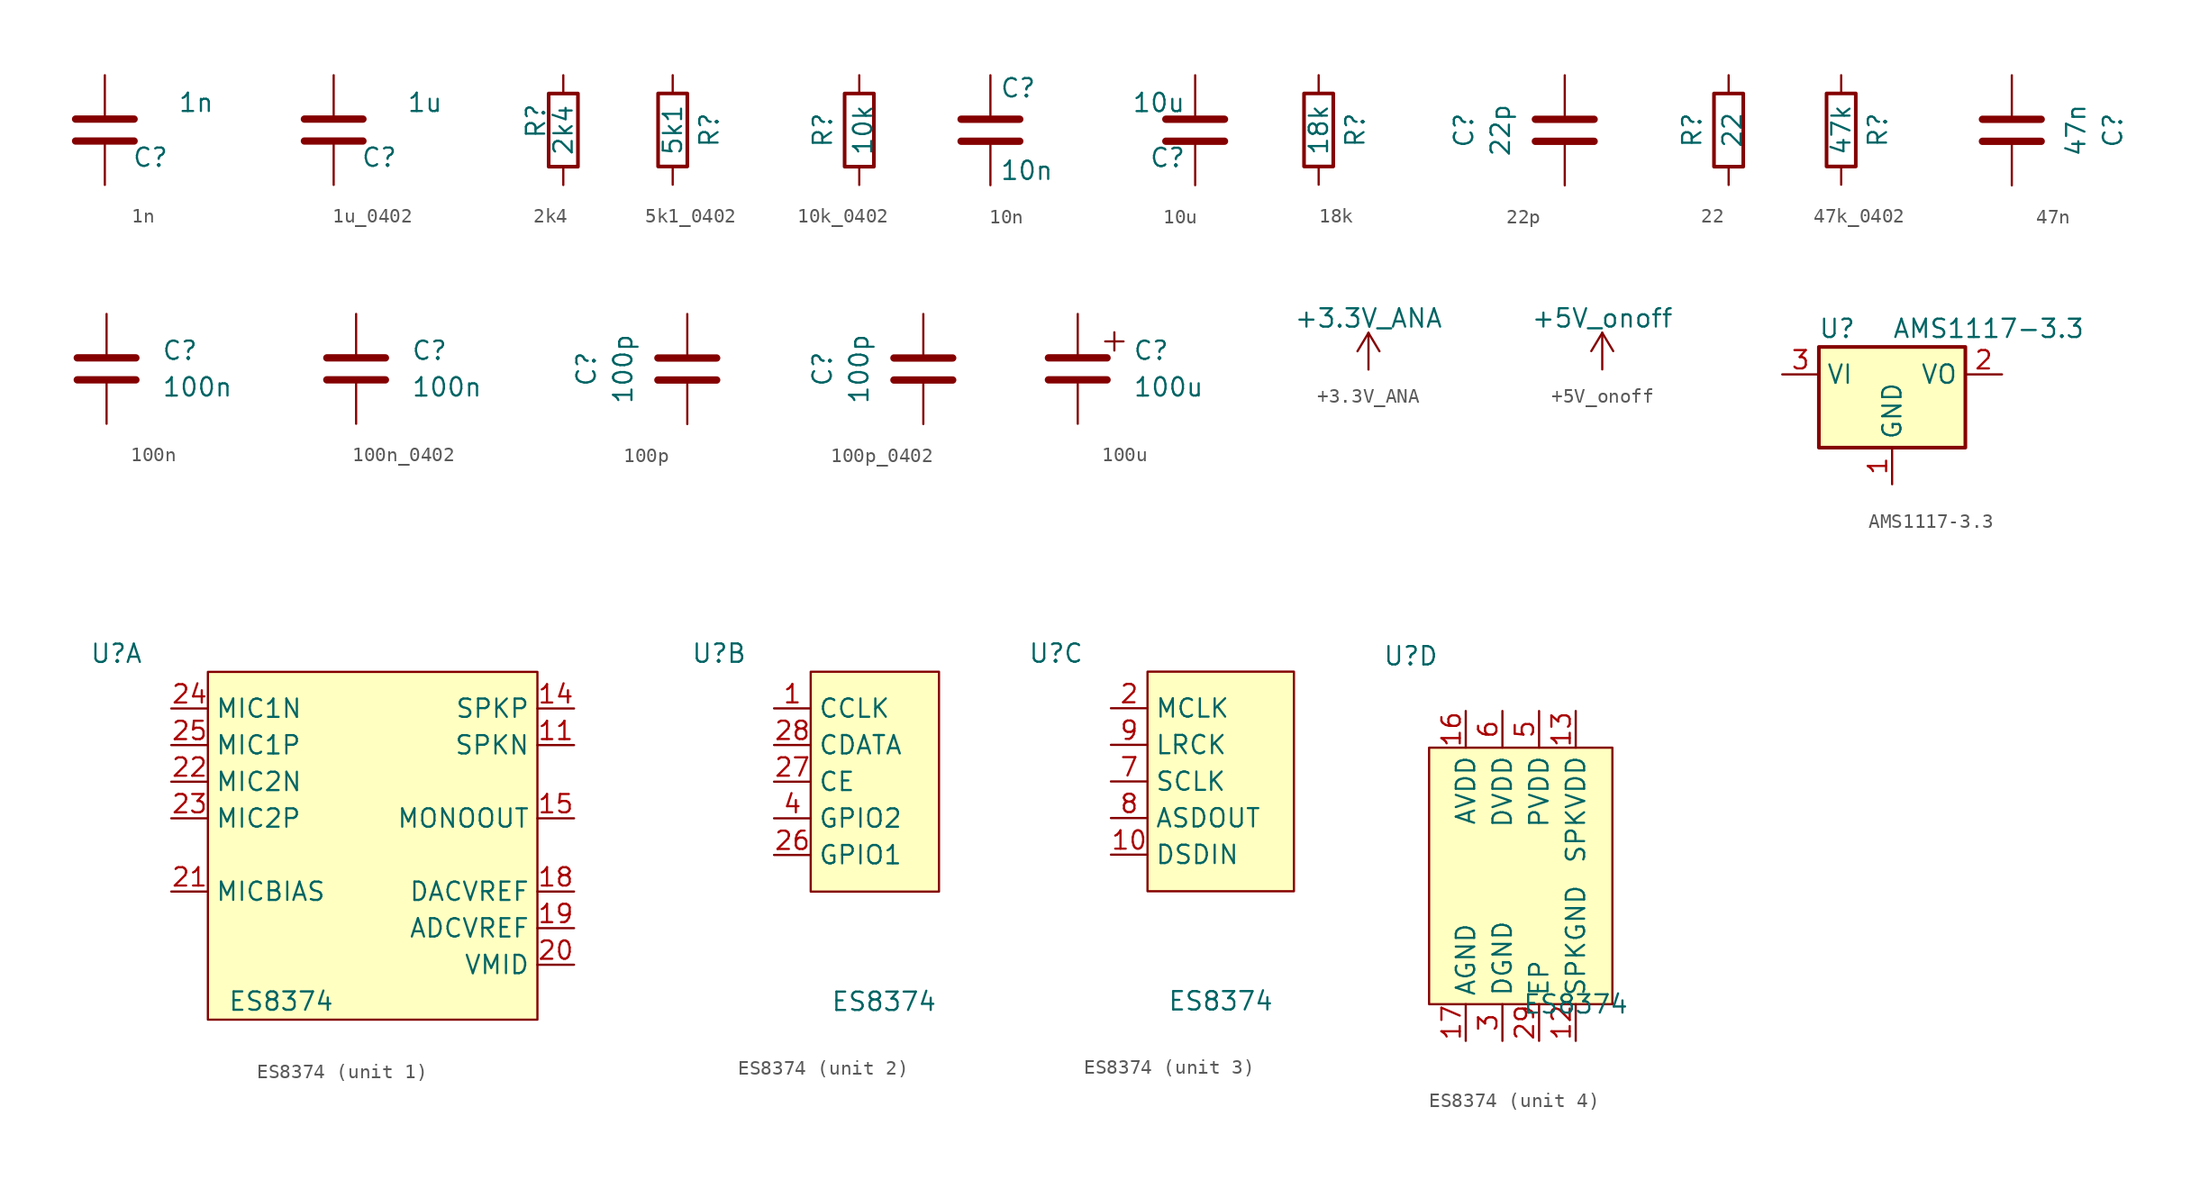
<source format=kicad_sym>
(kicad_symbol_lib
  (version 20220914)
  (generator kicad_symbol_editor)
  (symbol "1n"
    (pin_numbers hide)
    (pin_names
      (offset 0.254))
    (property "Reference" "C"
      (at 4.445 -1.905 0)
      (effects (font (size 1.27 1.27)) (justify right)))
    (property "Value" "1n"
      (at 7.62 1.905 0)
      (effects (font (size 1.27 1.27)) (justify right)))
    (symbol "1n_0_1"
      (polyline (pts (xy -2.032 -0.762) (xy 2.032 -0.762)) (stroke (width 0.508) (type default)) (fill (type none)))
      (polyline (pts (xy -2.032 0.762) (xy 2.032 0.762)) (stroke (width 0.508) (type default)) (fill (type none))))
    (symbol "1n_1_1"
      (pin passive line (at 0 3.81 270) (length 2.794) (name "~" (effects (font (size 1.27 1.27)))) (number "1" (effects (font (size 1.27 1.27)))))
      (pin passive line (at 0 -3.81 90) (length 2.794) (name "~" (effects (font (size 1.27 1.27)))) (number "2" (effects (font (size 1.27 1.27)))))))
  (symbol "1u_0402"
    (pin_numbers hide)
    (pin_names
      (offset 0.254))
    (property "Reference" "C"
      (at 4.445 -1.905 0)
      (effects (font (size 1.27 1.27)) (justify right)))
    (property "Value" "1u"
      (at 7.62 1.905 0)
      (effects (font (size 1.27 1.27)) (justify right)))
    (symbol "1u_0402_0_1"
      (polyline (pts (xy -2.032 -0.762) (xy 2.032 -0.762)) (stroke (width 0.508) (type default)) (fill (type none)))
      (polyline (pts (xy -2.032 0.762) (xy 2.032 0.762)) (stroke (width 0.508) (type default)) (fill (type none))))
    (symbol "1u_0402_1_1"
      (pin passive line (at 0 3.81 270) (length 2.794) (name "~" (effects (font (size 1.27 1.27)))) (number "1" (effects (font (size 1.27 1.27)))))
      (pin passive line (at 0 -3.81 90) (length 2.794) (name "~" (effects (font (size 1.27 1.27)))) (number "2" (effects (font (size 1.27 1.27)))))))
  (symbol "2k4"
    (pin_numbers hide)
    (pin_names
      (offset 0))
    (property "Reference" "R"
      (at -1.905 0.635 90)
      (effects (font (size 1.27 1.27))))
    (property "Value" "2k4"
      (at 0 0 90)
      (effects (font (size 1.27 1.27))))
    (symbol "2k4_0_1"
      (rectangle (start -1.016 -2.54) (end 1.016 2.54) (stroke (width 0.254) (type default)) (fill (type none))))
    (symbol "2k4_1_1"
      (pin passive line (at 0 3.81 270) (length 1.27) (name "~" (effects (font (size 1.27 1.27)))) (number "1" (effects (font (size 1.27 1.27)))))
      (pin passive line (at 0 -3.81 90) (length 1.27) (name "~" (effects (font (size 1.27 1.27)))) (number "2" (effects (font (size 1.27 1.27)))))))
  (symbol "5k1_0402"
    (pin_numbers hide)
    (pin_names
      (offset 0))
    (property "Reference" "R"
      (at 2.54 0 90)
      (effects (font (size 1.27 1.27))))
    (property "Value" "5k1"
      (at 0 0 90)
      (effects (font (size 1.27 1.27))))
    (symbol "5k1_0402_0_1"
      (rectangle (start -1.016 -2.54) (end 1.016 2.54) (stroke (width 0.254) (type default)) (fill (type none))))
    (symbol "5k1_0402_1_1"
      (pin passive line (at 0 3.81 270) (length 1.27) (name "~" (effects (font (size 1.27 1.27)))) (number "1" (effects (font (size 1.27 1.27)))))
      (pin passive line (at 0 -3.81 90) (length 1.27) (name "~" (effects (font (size 1.27 1.27)))) (number "2" (effects (font (size 1.27 1.27)))))))
  (symbol "10k_0402"
    (pin_numbers hide)
    (pin_names
      (offset 0))
    (property "Reference" "R"
      (at -2.54 0 90)
      (effects (font (size 1.27 1.27))))
    (property "Value" "10k"
      (at 0.254 0 90)
      (effects (font (size 1.27 1.27))))
    (symbol "10k_0402_0_1"
      (rectangle (start -1.016 -2.54) (end 1.016 2.54) (stroke (width 0.254) (type default)) (fill (type none))))
    (symbol "10k_0402_1_1"
      (pin passive line (at 0 3.81 270) (length 1.27) (name "~" (effects (font (size 1.27 1.27)))) (number "1" (effects (font (size 1.27 1.27)))))
      (pin passive line (at 0 -3.81 90) (length 1.27) (name "~" (effects (font (size 1.27 1.27)))) (number "2" (effects (font (size 1.27 1.27)))))))
  (symbol "10n"
    (pin_numbers hide)
    (pin_names
      (offset 0.254))
    (property "Reference" "C"
      (at 0.635 2.921 0)
      (effects (font (size 1.27 1.27)) (justify left)))
    (property "Value" "10n"
      (at 0.635 -2.794 0)
      (effects (font (size 1.27 1.27)) (justify left)))
    (symbol "10n_0_1"
      (polyline (pts (xy -2.032 -0.762) (xy 2.032 -0.762)) (stroke (width 0.508) (type default)) (fill (type none)))
      (polyline (pts (xy -2.032 0.762) (xy 2.032 0.762)) (stroke (width 0.508) (type default)) (fill (type none))))
    (symbol "10n_1_1"
      (pin passive line (at 0 3.81 270) (length 2.794) (name "~" (effects (font (size 1.27 1.27)))) (number "1" (effects (font (size 1.27 1.27)))))
      (pin passive line (at 0 -3.81 90) (length 2.794) (name "~" (effects (font (size 1.27 1.27)))) (number "2" (effects (font (size 1.27 1.27)))))))
  (symbol "10u"
    (pin_numbers hide)
    (pin_names
      (offset 0.254))
    (property "Reference" "C"
      (at -0.635 -1.905 0)
      (effects (font (size 1.27 1.27)) (justify right)))
    (property "Value" "10u"
      (at -0.635 1.905 0)
      (effects (font (size 1.27 1.27)) (justify right)))
    (symbol "10u_0_1"
      (polyline (pts (xy -2.032 -0.762) (xy 2.032 -0.762)) (stroke (width 0.508) (type default)) (fill (type none)))
      (polyline (pts (xy -2.032 0.762) (xy 2.032 0.762)) (stroke (width 0.508) (type default)) (fill (type none))))
    (symbol "10u_1_1"
      (pin passive line (at 0 3.81 270) (length 2.794) (name "~" (effects (font (size 1.27 1.27)))) (number "1" (effects (font (size 1.27 1.27)))))
      (pin passive line (at 0 -3.81 90) (length 2.794) (name "~" (effects (font (size 1.27 1.27)))) (number "2" (effects (font (size 1.27 1.27)))))))
  (symbol "18k"
    (pin_numbers hide)
    (pin_names
      (offset 0))
    (property "Reference" "R"
      (at 2.54 0 90)
      (effects (font (size 1.27 1.27))))
    (property "Value" "18k"
      (at 0 0 90)
      (effects (font (size 1.27 1.27))))
    (symbol "18k_0_1"
      (rectangle (start -1.016 -2.54) (end 1.016 2.54) (stroke (width 0.254) (type default)) (fill (type none))))
    (symbol "18k_1_1"
      (pin passive line (at 0 3.81 270) (length 1.27) (name "~" (effects (font (size 1.27 1.27)))) (number "1" (effects (font (size 1.27 1.27)))))
      (pin passive line (at 0 -3.81 90) (length 1.27) (name "~" (effects (font (size 1.27 1.27)))) (number "2" (effects (font (size 1.27 1.27)))))))
  (symbol "22p"
    (pin_numbers hide)
    (pin_names
      (offset 0.254))
    (property "Reference" "C"
      (at -6.985 0 90)
      (effects (font (size 1.27 1.27))))
    (property "Value" "22p"
      (at -4.445 0 90)
      (effects (font (size 1.27 1.27))))
    (symbol "22p_0_1"
      (polyline (pts (xy -2.032 -0.762) (xy 2.032 -0.762)) (stroke (width 0.508) (type default)) (fill (type none)))
      (polyline (pts (xy -2.032 0.762) (xy 2.032 0.762)) (stroke (width 0.508) (type default)) (fill (type none))))
    (symbol "22p_1_1"
      (pin passive line (at 0 3.81 270) (length 2.794) (name "~" (effects (font (size 1.27 1.27)))) (number "1" (effects (font (size 1.27 1.27)))))
      (pin passive line (at 0 -3.81 90) (length 2.794) (name "~" (effects (font (size 1.27 1.27)))) (number "2" (effects (font (size 1.27 1.27)))))))
  (symbol "22"
    (pin_numbers hide)
    (pin_names
      (offset 0))
    (property "Reference" "R"
      (at -2.54 0 90)
      (effects (font (size 1.27 1.27))))
    (property "Value" "22"
      (at 0.254 0 90)
      (effects (font (size 1.27 1.27))))
    (symbol "22_0_1"
      (rectangle (start -1.016 -2.54) (end 1.016 2.54) (stroke (width 0.254) (type default)) (fill (type none))))
    (symbol "22_1_1"
      (pin passive line (at 0 3.81 270) (length 1.27) (name "~" (effects (font (size 1.27 1.27)))) (number "1" (effects (font (size 1.27 1.27)))))
      (pin passive line (at 0 -3.81 90) (length 1.27) (name "~" (effects (font (size 1.27 1.27)))) (number "2" (effects (font (size 1.27 1.27)))))))
  (symbol "47k_0402"
    (pin_numbers hide)
    (pin_names
      (offset 0))
    (property "Reference" "R"
      (at 2.54 0 90)
      (effects (font (size 1.27 1.27))))
    (property "Value" "47k"
      (at 0 0 90)
      (effects (font (size 1.27 1.27))))
    (symbol "47k_0402_0_1"
      (rectangle (start -1.016 -2.54) (end 1.016 2.54) (stroke (width 0.254) (type default)) (fill (type none))))
    (symbol "47k_0402_1_1"
      (pin passive line (at 0 3.81 270) (length 1.27) (name "~" (effects (font (size 1.27 1.27)))) (number "1" (effects (font (size 1.27 1.27)))))
      (pin passive line (at 0 -3.81 90) (length 1.27) (name "~" (effects (font (size 1.27 1.27)))) (number "2" (effects (font (size 1.27 1.27)))))))
  (symbol "47n"
    (pin_numbers hide)
    (pin_names
      (offset 0.254))
    (property "Reference" "C"
      (at 6.985 0 90)
      (effects (font (size 1.27 1.27))))
    (property "Value" "47n"
      (at 4.445 0 90)
      (effects (font (size 1.27 1.27))))
    (symbol "47n_0_1"
      (polyline (pts (xy -2.032 -0.762) (xy 2.032 -0.762)) (stroke (width 0.508) (type default)) (fill (type none)))
      (polyline (pts (xy -2.032 0.762) (xy 2.032 0.762)) (stroke (width 0.508) (type default)) (fill (type none))))
    (symbol "47n_1_1"
      (pin passive line (at 0 3.81 270) (length 2.794) (name "~" (effects (font (size 1.27 1.27)))) (number "1" (effects (font (size 1.27 1.27)))))
      (pin passive line (at 0 -3.81 90) (length 2.794) (name "~" (effects (font (size 1.27 1.27)))) (number "2" (effects (font (size 1.27 1.27)))))))
  (symbol "100n"
    (pin_numbers hide)
    (pin_names
      (offset 0.254))
    (property "Reference" "C"
      (at 3.81 1.27 0)
      (effects (font (size 1.27 1.27)) (justify left)))
    (property "Value" "100n"
      (at 3.81 -1.27 0)
      (effects (font (size 1.27 1.27)) (justify left)))
    (symbol "100n_0_1"
      (polyline (pts (xy -2.032 -0.762) (xy 2.032 -0.762)) (stroke (width 0.508) (type default)) (fill (type none)))
      (polyline (pts (xy -2.032 0.762) (xy 2.032 0.762)) (stroke (width 0.508) (type default)) (fill (type none))))
    (symbol "100n_1_1"
      (pin passive line (at 0 3.81 270) (length 2.794) (name "~" (effects (font (size 1.27 1.27)))) (number "1" (effects (font (size 1.27 1.27)))))
      (pin passive line (at 0 -3.81 90) (length 2.794) (name "~" (effects (font (size 1.27 1.27)))) (number "2" (effects (font (size 1.27 1.27)))))))
  (symbol "100n_0402"
    (pin_numbers hide)
    (pin_names
      (offset 0.254))
    (property "Reference" "C"
      (at 3.81 1.27 0)
      (effects (font (size 1.27 1.27)) (justify left)))
    (property "Value" "100n"
      (at 3.81 -1.27 0)
      (effects (font (size 1.27 1.27)) (justify left)))
    (symbol "100n_0402_0_1"
      (polyline (pts (xy -2.032 -0.762) (xy 2.032 -0.762)) (stroke (width 0.508) (type default)) (fill (type none)))
      (polyline (pts (xy -2.032 0.762) (xy 2.032 0.762)) (stroke (width 0.508) (type default)) (fill (type none))))
    (symbol "100n_0402_1_1"
      (pin passive line (at 0 3.81 270) (length 2.794) (name "~" (effects (font (size 1.27 1.27)))) (number "1" (effects (font (size 1.27 1.27)))))
      (pin passive line (at 0 -3.81 90) (length 2.794) (name "~" (effects (font (size 1.27 1.27)))) (number "2" (effects (font (size 1.27 1.27)))))))
  (symbol "100p"
    (pin_numbers hide)
    (pin_names
      (offset 0.254))
    (property "Reference" "C"
      (at -6.985 0 90)
      (effects (font (size 1.27 1.27))))
    (property "Value" "100p"
      (at -4.445 0 90)
      (effects (font (size 1.27 1.27))))
    (symbol "100p_0_1"
      (polyline (pts (xy -2.032 -0.762) (xy 2.032 -0.762)) (stroke (width 0.508) (type default)) (fill (type none)))
      (polyline (pts (xy -2.032 0.762) (xy 2.032 0.762)) (stroke (width 0.508) (type default)) (fill (type none))))
    (symbol "100p_1_1"
      (pin passive line (at 0 3.81 270) (length 2.794) (name "~" (effects (font (size 1.27 1.27)))) (number "1" (effects (font (size 1.27 1.27)))))
      (pin passive line (at 0 -3.81 90) (length 2.794) (name "~" (effects (font (size 1.27 1.27)))) (number "2" (effects (font (size 1.27 1.27)))))))
  (symbol "100p_0402"
    (pin_numbers hide)
    (pin_names
      (offset 0.254))
    (property "Reference" "C"
      (at -6.985 0 90)
      (effects (font (size 1.27 1.27))))
    (property "Value" "100p"
      (at -4.445 0 90)
      (effects (font (size 1.27 1.27))))
    (symbol "100p_0402_0_1"
      (polyline (pts (xy -2.032 -0.762) (xy 2.032 -0.762)) (stroke (width 0.508) (type default)) (fill (type none)))
      (polyline (pts (xy -2.032 0.762) (xy 2.032 0.762)) (stroke (width 0.508) (type default)) (fill (type none))))
    (symbol "100p_0402_1_1"
      (pin passive line (at 0 3.81 270) (length 2.794) (name "~" (effects (font (size 1.27 1.27)))) (number "1" (effects (font (size 1.27 1.27)))))
      (pin passive line (at 0 -3.81 90) (length 2.794) (name "~" (effects (font (size 1.27 1.27)))) (number "2" (effects (font (size 1.27 1.27)))))))
  (symbol "100u"
    (pin_numbers hide)
    (pin_names
      (offset 0.254))
    (property "Reference" "C"
      (at 3.81 1.27 0)
      (effects (font (size 1.27 1.27)) (justify left)))
    (property "Value" "100u"
      (at 3.81 -1.27 0)
      (effects (font (size 1.27 1.27)) (justify left)))
    (symbol "100u_0_1"
      (polyline (pts (xy -2.032 -0.762) (xy 2.032 -0.762)) (stroke (width 0.508) (type default)) (fill (type none)))
      (polyline (pts (xy -2.032 0.762) (xy 2.032 0.762)) (stroke (width 0.508) (type default)) (fill (type none)))
      (polyline (pts (xy 1.905 1.905) (xy 3.175 1.905)) (stroke (width 0) (type default)) (fill (type none)))
      (polyline (pts (xy 2.54 2.54) (xy 2.54 1.27)) (stroke (width 0) (type default)) (fill (type none))))
    (symbol "100u_1_1"
      (pin passive line (at 0 3.81 270) (length 2.794) (name "~" (effects (font (size 1.27 1.27)))) (number "1" (effects (font (size 1.27 1.27)))))
      (pin passive line (at 0 -3.81 90) (length 2.794) (name "~" (effects (font (size 1.27 1.27)))) (number "2" (effects (font (size 1.27 1.27)))))))
  (symbol "+3.3V_ANA"
    (power)
    (pin_names
      (offset 0))
    (property "Reference" "#PWR"
      (at 0 -3.81 0)
      (effects (font (size 1.27 1.27)) hide))
    (property "Value" "+3.3V_ANA"
      (at 0 3.556 0)
      (effects (font (size 1.27 1.27))))
    (symbol "+3.3V_ANA_0_1"
      (polyline (pts (xy -0.762 1.27) (xy 0 2.54)) (stroke (width 0) (type default)) (fill (type none)))
      (polyline (pts (xy 0 2.54) (xy 0.762 1.27)) (stroke (width 0) (type default)) (fill (type none))))
    (symbol "+3.3V_ANA_1_1"
      (polyline (pts (xy 0 0) (xy 0 2.54)) (stroke (width 0) (type default)) (fill (type none)))
      (pin power_in line (at 0 0 90) (length 0) hide (name "+3.3V_ANA" (effects (font (size 1.27 1.27)))) (number "1" (effects (font (size 1.27 1.27)))))))
  (symbol "+5V_onoff"
    (power)
    (pin_names
      (offset 0))
    (property "Reference" "#PWR"
      (at 0 -3.81 0)
      (effects (font (size 1.27 1.27)) hide))
    (property "Value" "+5V_onoff"
      (at 0 3.556 0)
      (effects (font (size 1.27 1.27))))
    (symbol "+5V_onoff_0_1"
      (polyline (pts (xy -0.762 1.27) (xy 0 2.54)) (stroke (width 0) (type default)) (fill (type none)))
      (polyline (pts (xy 0 0) (xy 0 2.54)) (stroke (width 0) (type default)) (fill (type none)))
      (polyline (pts (xy 0 2.54) (xy 0.762 1.27)) (stroke (width 0) (type default)) (fill (type none))))
    (symbol "+5V_onoff_1_1"
      (pin power_in line (at 0 0 90) (length 0) hide (name "+5Vonoff" (effects (font (size 1.27 1.27)))) (number "1" (effects (font (size 1.27 1.27)))))))
  (symbol "AMS1117-3.3"
    (property "Reference" "U"
      (at -3.81 3.175 0)
      (effects (font (size 1.27 1.27))))
    (property "Value" "AMS1117-3.3"
      (at 0 3.175 0)
      (effects (font (size 1.27 1.27)) (justify left)))
    (symbol "AMS1117-3.3_0_1"
      (rectangle (start -5.08 -5.08) (end 5.08 1.905) (stroke (width 0.254) (type default)) (fill (type background))))
    (symbol "AMS1117-3.3_1_1"
      (pin power_in line (at 0 -7.62 90) (length 2.54) (name "GND" (effects (font (size 1.27 1.27)))) (number "1" (effects (font (size 1.27 1.27)))))
      (pin power_out line (at 7.62 0 180) (length 2.54) (name "VO" (effects (font (size 1.27 1.27)))) (number "2" (effects (font (size 1.27 1.27)))))
      (pin power_in line (at -7.62 0 0) (length 2.54) (name "VI" (effects (font (size 1.27 1.27)))) (number "3" (effects (font (size 1.27 1.27)))))))
  (symbol "ES8374"
    (property "Reference" "U"
      (at -3.81 3.81 0)
      (effects (font (size 1.27 1.27))))
    (property "Value" "ES8374"
      (at 7.62 -20.32 0)
      (effects (font (size 1.27 1.27))))
    (property "ki_locked" ""
      (at 0 0 0)
      (effects (font (size 1.27 1.27))))
    (symbol "ES8374_1_0"
      (pin output line (at 27.94 -2.54 180) (length 2.54) (name "SPKN" (effects (font (size 1.27 1.27)))) (number "11" (effects (font (size 1.27 1.27)))))
      (pin output line (at 27.94 0 180) (length 2.54) (name "SPKP" (effects (font (size 1.27 1.27)))) (number "14" (effects (font (size 1.27 1.27)))))
      (pin output line (at 27.94 -7.62 180) (length 2.54) (name "MONOOUT" (effects (font (size 1.27 1.27)))) (number "15" (effects (font (size 1.27 1.27)))))
      (pin passive line (at 27.94 -12.7 180) (length 2.54) (name "DACVREF" (effects (font (size 1.27 1.27)))) (number "18" (effects (font (size 1.27 1.27)))))
      (pin passive line (at 27.94 -15.24 180) (length 2.54) (name "ADCVREF" (effects (font (size 1.27 1.27)))) (number "19" (effects (font (size 1.27 1.27)))))
      (pin passive line (at 27.94 -17.78 180) (length 2.54) (name "VMID" (effects (font (size 1.27 1.27)))) (number "20" (effects (font (size 1.27 1.27)))))
      (pin passive line (at 0 -12.7 0) (length 2.54) (name "MICBIAS" (effects (font (size 1.27 1.27)))) (number "21" (effects (font (size 1.27 1.27)))))
      (pin input line (at 0 -5.08 0) (length 2.54) (name "MIC2N" (effects (font (size 1.27 1.27)))) (number "22" (effects (font (size 1.27 1.27)))))
      (pin input line (at 0 -7.62 0) (length 2.54) (name "MIC2P" (effects (font (size 1.27 1.27)))) (number "23" (effects (font (size 1.27 1.27)))))
      (pin input line (at 0 0 0) (length 2.54) (name "MIC1N" (effects (font (size 1.27 1.27)))) (number "24" (effects (font (size 1.27 1.27)))))
      (pin input line (at 0 -2.54 0) (length 2.54) (name "MIC1P" (effects (font (size 1.27 1.27)))) (number "25" (effects (font (size 1.27 1.27))))))
    (symbol "ES8374_1_1"
      (rectangle (start 2.54 2.54) (end 25.4 -21.59) (stroke (width 0) (type default)) (fill (type background))))
    (symbol "ES8374_2_0"
      (pin input line (at 0 0 0) (length 2.54) (name "CCLK" (effects (font (size 1.27 1.27)))) (number "1" (effects (font (size 1.27 1.27)))))
      (pin bidirectional line (at 0 -10.16 0) (length 2.54) (name "GPIO1" (effects (font (size 1.27 1.27)))) (number "26" (effects (font (size 1.27 1.27)))))
      (pin input line (at 0 -5.08 0) (length 2.54) (name "CE" (effects (font (size 1.27 1.27)))) (number "27" (effects (font (size 1.27 1.27)))))
      (pin bidirectional line (at 0 -2.54 0) (length 2.54) (name "CDATA" (effects (font (size 1.27 1.27)))) (number "28" (effects (font (size 1.27 1.27)))))
      (pin bidirectional line (at 0 -7.62 0) (length 2.54) (name "GPIO2" (effects (font (size 1.27 1.27)))) (number "4" (effects (font (size 1.27 1.27))))))
    (symbol "ES8374_2_1"
      (rectangle (start 2.54 2.54) (end 11.43 -12.7) (stroke (width 0) (type default)) (fill (type background))))
    (symbol "ES8374_3_0"
      (pin input line (at 0 -10.16 0) (length 2.54) (name "DSDIN" (effects (font (size 1.27 1.27)))) (number "10" (effects (font (size 1.27 1.27)))))
      (pin input line (at 0 0 0) (length 2.54) (name "MCLK" (effects (font (size 1.27 1.27)))) (number "2" (effects (font (size 1.27 1.27)))))
      (pin bidirectional line (at 0 -5.08 0) (length 2.54) (name "SCLK" (effects (font (size 1.27 1.27)))) (number "7" (effects (font (size 1.27 1.27)))))
      (pin output line (at 0 -7.62 0) (length 2.54) (name "ASDOUT" (effects (font (size 1.27 1.27)))) (number "8" (effects (font (size 1.27 1.27)))))
      (pin bidirectional line (at 0 -2.54 0) (length 2.54) (name "LRCK" (effects (font (size 1.27 1.27)))) (number "9" (effects (font (size 1.27 1.27))))))
    (symbol "ES8374_3_1"
      (rectangle (start 2.54 2.54) (end 12.7 -12.7) (stroke (width 0) (type default)) (fill (type background))))
    (symbol "ES8374_4_0"
      (pin power_in line (at 7.62 -22.86 90) (length 2.54) (name "SPKGND" (effects (font (size 1.27 1.27)))) (number "12" (effects (font (size 1.27 1.27)))))
      (pin power_in line (at 7.62 0 270) (length 2.54) (name "SPKVDD" (effects (font (size 1.27 1.27)))) (number "13" (effects (font (size 1.27 1.27)))))
      (pin power_in line (at 0 0 270) (length 2.54) (name "AVDD" (effects (font (size 1.27 1.27)))) (number "16" (effects (font (size 1.27 1.27)))))
      (pin power_in line (at 0 -22.86 90) (length 2.54) (name "AGND" (effects (font (size 1.27 1.27)))) (number "17" (effects (font (size 1.27 1.27)))))
      (pin power_in line (at 5.08 -22.86 90) (length 2.54) (name "EP" (effects (font (size 1.27 1.27)))) (number "29" (effects (font (size 1.27 1.27)))))
      (pin power_in line (at 2.54 -22.86 90) (length 2.54) (name "DGND" (effects (font (size 1.27 1.27)))) (number "3" (effects (font (size 1.27 1.27)))))
      (pin power_in line (at 5.08 0 270) (length 2.54) (name "PVDD" (effects (font (size 1.27 1.27)))) (number "5" (effects (font (size 1.27 1.27)))))
      (pin power_in line (at 2.54 0 270) (length 2.54) (name "DVDD" (effects (font (size 1.27 1.27)))) (number "6" (effects (font (size 1.27 1.27))))))
    (symbol "ES8374_4_1"
      (rectangle (start -2.54 -2.54) (end 10.16 -20.32) (stroke (width 0) (type default)) (fill (type background))))))
</source>
